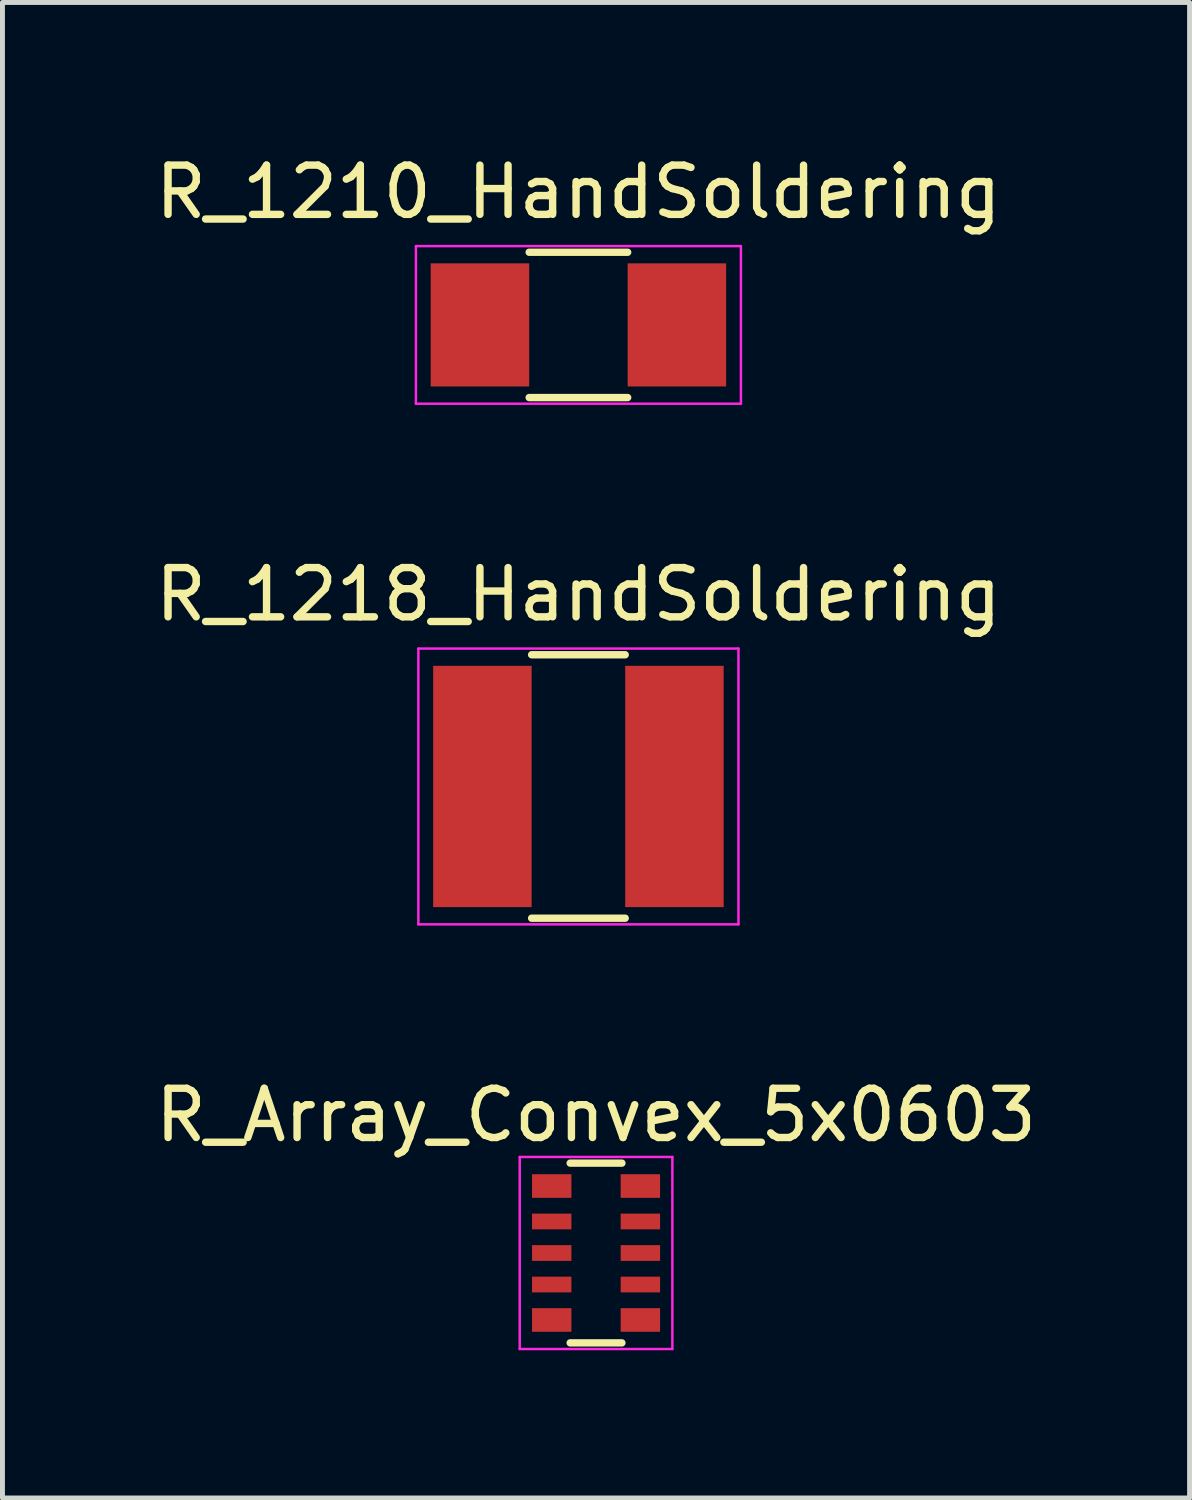
<source format=kicad_pcb>
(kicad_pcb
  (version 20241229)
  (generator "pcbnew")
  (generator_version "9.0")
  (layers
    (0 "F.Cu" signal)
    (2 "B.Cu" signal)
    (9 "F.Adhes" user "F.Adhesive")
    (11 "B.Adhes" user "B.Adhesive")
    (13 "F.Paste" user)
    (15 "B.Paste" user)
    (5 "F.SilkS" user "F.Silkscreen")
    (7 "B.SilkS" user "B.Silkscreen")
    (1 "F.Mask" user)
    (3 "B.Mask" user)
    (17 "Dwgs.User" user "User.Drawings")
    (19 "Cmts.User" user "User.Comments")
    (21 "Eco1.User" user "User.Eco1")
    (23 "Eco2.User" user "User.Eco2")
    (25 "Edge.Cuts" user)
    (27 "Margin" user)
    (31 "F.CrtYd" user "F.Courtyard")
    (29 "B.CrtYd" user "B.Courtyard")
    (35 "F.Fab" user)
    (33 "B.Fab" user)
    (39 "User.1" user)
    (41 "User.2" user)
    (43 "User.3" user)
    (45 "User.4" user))
  (footprint "R_Array_Convex_5x0603"
    (layer "F.Cu")
    (at 9.054 22.395)
    (property "Reference" "R_Array_Convex_5x0603" (at 0 -2.8 0) (layer "F.SilkS") (effects (font (size 1 1) (thickness 0.15))))
    (attr smd)
    (fp_line (start 0.525 -1.825) (end -0.525 -1.825) (stroke (width 0.15) (type solid)) (layer "F.SilkS"))
    (fp_line (start 0.525 1.825) (end -0.525 1.825) (stroke (width 0.15) (type solid)) (layer "F.SilkS"))
    (fp_line (start -1.55 -1.95) (end -1.55 1.95) (stroke (width 0.05) (type solid)) (layer "F.CrtYd"))
    (fp_line (start -1.55 -1.95) (end 1.55 -1.95) (stroke (width 0.05) (type solid)) (layer "F.CrtYd"))
    (fp_line (start -1.55 1.95) (end 1.55 1.95) (stroke (width 0.05) (type solid)) (layer "F.CrtYd"))
    (fp_line (start 1.55 -1.95) (end 1.55 1.95) (stroke (width 0.05) (type solid)) (layer "F.CrtYd"))
    (pad "1" smd rect (at -0.9 -1.36) (size 0.8 0.48) (layers "F.Cu" "F.Mask" "F.Paste"))
    (pad "2" smd rect (at -0.9 -0.64) (size 0.8 0.32) (layers "F.Cu" "F.Mask" "F.Paste"))
    (pad "3" smd rect (at -0.9 0) (size 0.8 0.32) (layers "F.Cu" "F.Mask" "F.Paste"))
    (pad "4" smd rect (at -0.9 0.64) (size 0.8 0.32) (layers "F.Cu" "F.Mask" "F.Paste"))
    (pad "5" smd rect (at -0.9 1.36) (size 0.8 0.48) (layers "F.Cu" "F.Mask" "F.Paste"))
    (pad "6" smd rect (at 0.9 1.36) (size 0.8 0.48) (layers "F.Cu" "F.Mask" "F.Paste"))
    (pad "7" smd rect (at 0.9 0.64) (size 0.8 0.32) (layers "F.Cu" "F.Mask" "F.Paste"))
    (pad "8" smd rect (at 0.9 0) (size 0.8 0.32) (layers "F.Cu" "F.Mask" "F.Paste"))
    (pad "9" smd rect (at 0.9 -0.64) (size 0.8 0.32) (layers "F.Cu" "F.Mask" "F.Paste"))
    (pad "10" smd rect (at 0.9 -1.36) (size 0.8 0.48) (layers "F.Cu" "F.Mask" "F.Paste")))
  (footprint "R_1210_HandSoldering"
    (layer "F.Cu")
    (at 8.696 3.548)
    (property "Reference" "R_1210_HandSoldering" (at 0 -2.7 0) (layer "F.SilkS") (effects (font (size 1 1) (thickness 0.15))))
    (attr smd)
    (fp_line (start -1 -1.475) (end 1 -1.475) (stroke (width 0.15) (type solid)) (layer "F.SilkS"))
    (fp_line (start 1 1.475) (end -1 1.475) (stroke (width 0.15) (type solid)) (layer "F.SilkS"))
    (fp_line (start -3.3 -1.6) (end -3.3 1.6) (stroke (width 0.05) (type solid)) (layer "F.CrtYd"))
    (fp_line (start -3.3 -1.6) (end 3.3 -1.6) (stroke (width 0.05) (type solid)) (layer "F.CrtYd"))
    (fp_line (start -3.3 1.6) (end 3.3 1.6) (stroke (width 0.05) (type solid)) (layer "F.CrtYd"))
    (fp_line (start 3.3 -1.6) (end 3.3 1.6) (stroke (width 0.05) (type solid)) (layer "F.CrtYd"))
    (pad "1" smd rect (at -2 0) (size 2 2.5) (layers "F.Cu" "F.Mask" "F.Paste"))
    (pad "2" smd rect (at 2 0) (size 2 2.5) (layers "F.Cu" "F.Mask" "F.Paste")))
  (footprint "R_1218_HandSoldering"
    (layer "F.Cu")
    (at 8.696 12.921)
    (property "Reference" "R_1218_HandSoldering" (at 0 -3.9 0) (layer "F.SilkS") (effects (font (size 1 1) (thickness 0.15))))
    (attr smd)
    (fp_line (start -0.95 -2.675) (end 0.95 -2.675) (stroke (width 0.15) (type solid)) (layer "F.SilkS"))
    (fp_line (start 0.95 2.675) (end -0.95 2.675) (stroke (width 0.15) (type solid)) (layer "F.SilkS"))
    (fp_line (start -3.25 -2.8) (end -3.25 2.8) (stroke (width 0.05) (type solid)) (layer "F.CrtYd"))
    (fp_line (start -3.25 -2.8) (end 3.25 -2.8) (stroke (width 0.05) (type solid)) (layer "F.CrtYd"))
    (fp_line (start -3.25 2.8) (end 3.25 2.8) (stroke (width 0.05) (type solid)) (layer "F.CrtYd"))
    (fp_line (start 3.25 -2.8) (end 3.25 2.8) (stroke (width 0.05) (type solid)) (layer "F.CrtYd"))
    (pad "1" smd rect (at -1.95 0) (size 2 4.9) (layers "F.Cu" "F.Mask" "F.Paste"))
    (pad "2" smd rect (at 1.95 0) (size 2 4.9) (layers "F.Cu" "F.Mask" "F.Paste")))
  (gr_rect
    (start -3 -3)
    (end 21.107 27.37)
    (stroke (width 0.1) (type default))
    (fill no)
    (layer "Edge.Cuts")))
</source>
